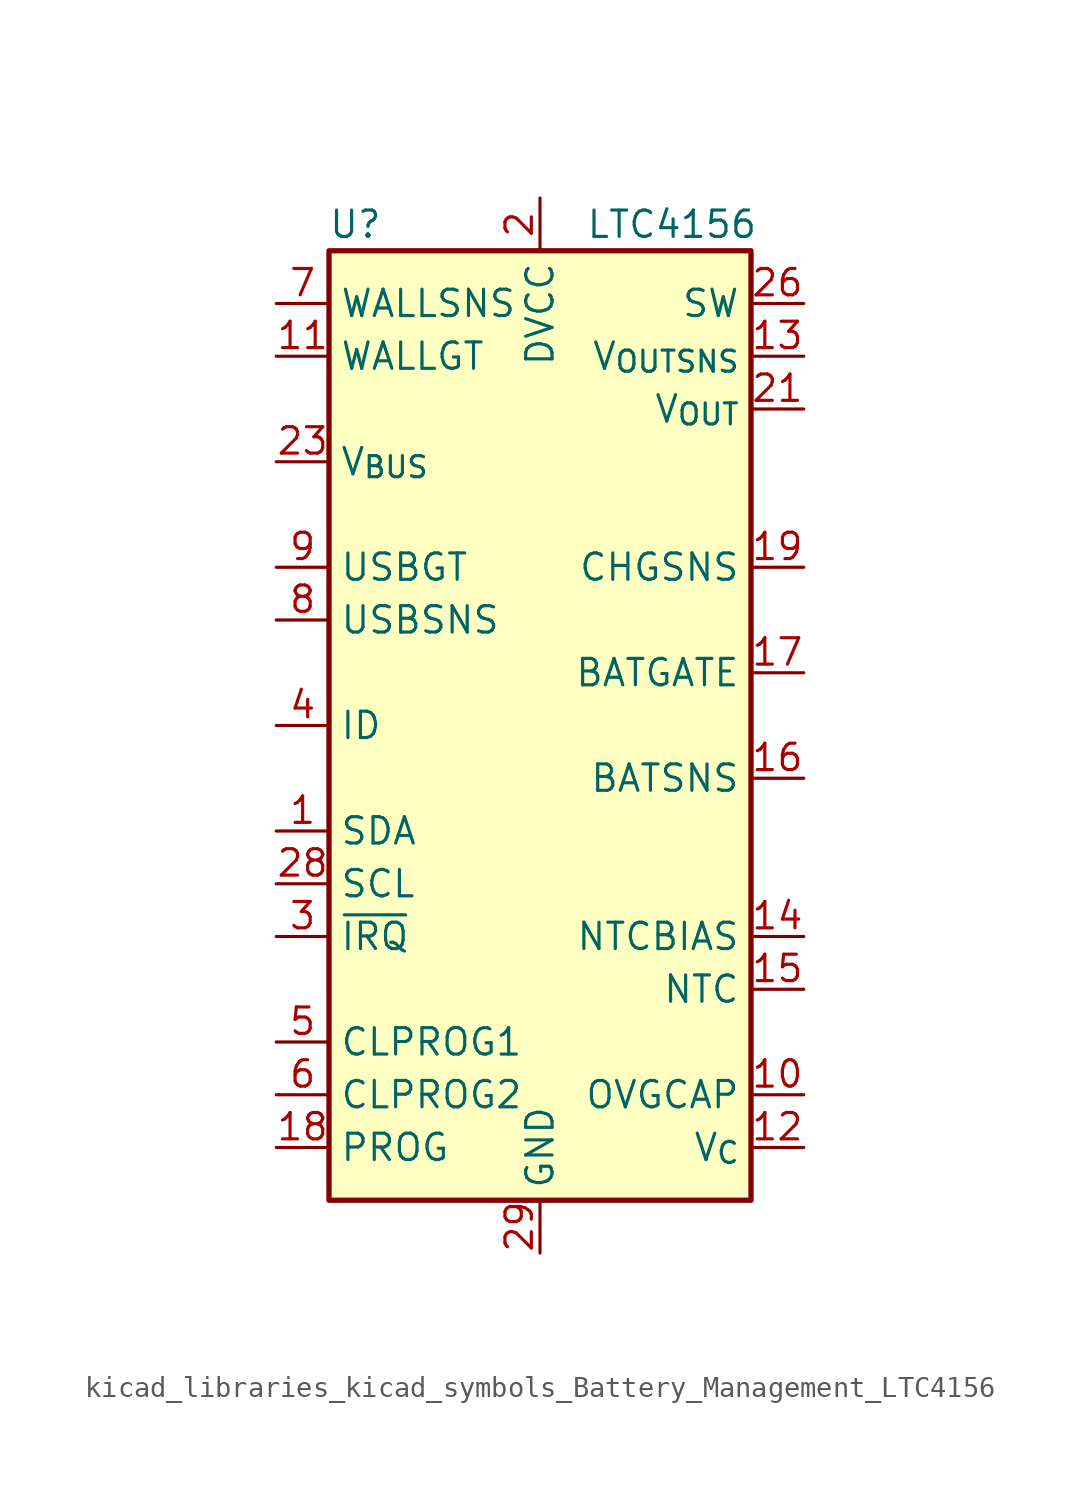
<source format=kicad_sym>
(kicad_symbol_lib
  (version 20220914)
  (generator kicad_symbol_editor)
  (symbol "kicad_libraries_kicad_symbols_Battery_Management_LTC4156"
    (property "Reference" "U"
      (at -8.89 24.13 0)
      (effects (font (size 1.27 1.27))))
    (property "Value" "LTC4156"
      (at 6.35 24.13 0)
      (effects (font (size 1.27 1.27))))
    (symbol "kicad_libraries_kicad_symbols_Battery_Management_LTC4156_0_1"
      (rectangle (start -10.16 22.86) (end 10.16 -22.86) (stroke (width 0.254) (type default)) (fill (type background))))
    (symbol "kicad_libraries_kicad_symbols_Battery_Management_LTC4156_1_1"
      (pin bidirectional line (at -12.7 -5.08 0) (length 2.54) (name "SDA" (effects (font (size 1.27 1.27)))) (number "1" (effects (font (size 1.27 1.27)))))
      (pin passive line (at 12.7 -17.78 180) (length 2.54) (name "OVGCAP" (effects (font (size 1.27 1.27)))) (number "10" (effects (font (size 1.27 1.27)))))
      (pin output line (at -12.7 17.78 0) (length 2.54) (name "WALLGT" (effects (font (size 1.27 1.27)))) (number "11" (effects (font (size 1.27 1.27)))))
      (pin passive line (at 12.7 -20.32 180) (length 2.54) (name "V_{C}" (effects (font (size 1.27 1.27)))) (number "12" (effects (font (size 1.27 1.27)))))
      (pin input line (at 12.7 17.78 180) (length 2.54) (name "V_{OUTSNS}" (effects (font (size 1.27 1.27)))) (number "13" (effects (font (size 1.27 1.27)))))
      (pin output line (at 12.7 -10.16 180) (length 2.54) (name "NTCBIAS" (effects (font (size 1.27 1.27)))) (number "14" (effects (font (size 1.27 1.27)))))
      (pin input line (at 12.7 -12.7 180) (length 2.54) (name "NTC" (effects (font (size 1.27 1.27)))) (number "15" (effects (font (size 1.27 1.27)))))
      (pin input line (at 12.7 -2.54 180) (length 2.54) (name "BATSNS" (effects (font (size 1.27 1.27)))) (number "16" (effects (font (size 1.27 1.27)))))
      (pin output line (at 12.7 2.54 180) (length 2.54) (name "BATGATE" (effects (font (size 1.27 1.27)))) (number "17" (effects (font (size 1.27 1.27)))))
      (pin passive line (at -12.7 -20.32 0) (length 2.54) (name "PROG" (effects (font (size 1.27 1.27)))) (number "18" (effects (font (size 1.27 1.27)))))
      (pin passive line (at 12.7 7.62 180) (length 2.54) (name "CHGSNS" (effects (font (size 1.27 1.27)))) (number "19" (effects (font (size 1.27 1.27)))))
      (pin power_in line (at 0 25.4 270) (length 2.54) (name "DVCC" (effects (font (size 1.27 1.27)))) (number "2" (effects (font (size 1.27 1.27)))))
      (pin passive line (at 12.7 7.62 180) (length 2.54) hide (name "CHGSNS" (effects (font (size 1.27 1.27)))) (number "20" (effects (font (size 1.27 1.27)))))
      (pin passive line (at 12.7 15.24 180) (length 2.54) (name "V_{OUT}" (effects (font (size 1.27 1.27)))) (number "21" (effects (font (size 1.27 1.27)))))
      (pin passive line (at 12.7 15.24 180) (length 2.54) hide (name "V_{OUT}" (effects (font (size 1.27 1.27)))) (number "22" (effects (font (size 1.27 1.27)))))
      (pin passive line (at -12.7 12.7 0) (length 2.54) (name "V_{BUS}" (effects (font (size 1.27 1.27)))) (number "23" (effects (font (size 1.27 1.27)))))
      (pin passive line (at -12.7 12.7 0) (length 2.54) hide (name "V_{BUS}" (effects (font (size 1.27 1.27)))) (number "24" (effects (font (size 1.27 1.27)))))
      (pin passive line (at -12.7 12.7 0) (length 2.54) hide (name "V_{BUS}" (effects (font (size 1.27 1.27)))) (number "25" (effects (font (size 1.27 1.27)))))
      (pin passive line (at 12.7 20.32 180) (length 2.54) (name "SW" (effects (font (size 1.27 1.27)))) (number "26" (effects (font (size 1.27 1.27)))))
      (pin passive line (at 12.7 20.32 180) (length 2.54) hide (name "SW" (effects (font (size 1.27 1.27)))) (number "27" (effects (font (size 1.27 1.27)))))
      (pin input line (at -12.7 -7.62 0) (length 2.54) (name "SCL" (effects (font (size 1.27 1.27)))) (number "28" (effects (font (size 1.27 1.27)))))
      (pin power_in line (at 0 -25.4 90) (length 2.54) (name "GND" (effects (font (size 1.27 1.27)))) (number "29" (effects (font (size 1.27 1.27)))))
      (pin open_collector line (at -12.7 -10.16 0) (length 2.54) (name "~{IRQ}" (effects (font (size 1.27 1.27)))) (number "3" (effects (font (size 1.27 1.27)))))
      (pin input line (at -12.7 0 0) (length 2.54) (name "ID" (effects (font (size 1.27 1.27)))) (number "4" (effects (font (size 1.27 1.27)))))
      (pin passive line (at -12.7 -15.24 0) (length 2.54) (name "CLPROG1" (effects (font (size 1.27 1.27)))) (number "5" (effects (font (size 1.27 1.27)))))
      (pin passive line (at -12.7 -17.78 0) (length 2.54) (name "CLPROG2" (effects (font (size 1.27 1.27)))) (number "6" (effects (font (size 1.27 1.27)))))
      (pin input line (at -12.7 20.32 0) (length 2.54) (name "WALLSNS" (effects (font (size 1.27 1.27)))) (number "7" (effects (font (size 1.27 1.27)))))
      (pin input line (at -12.7 5.08 0) (length 2.54) (name "USBSNS" (effects (font (size 1.27 1.27)))) (number "8" (effects (font (size 1.27 1.27)))))
      (pin output line (at -12.7 7.62 0) (length 2.54) (name "USBGT" (effects (font (size 1.27 1.27)))) (number "9" (effects (font (size 1.27 1.27))))))))
</source>
